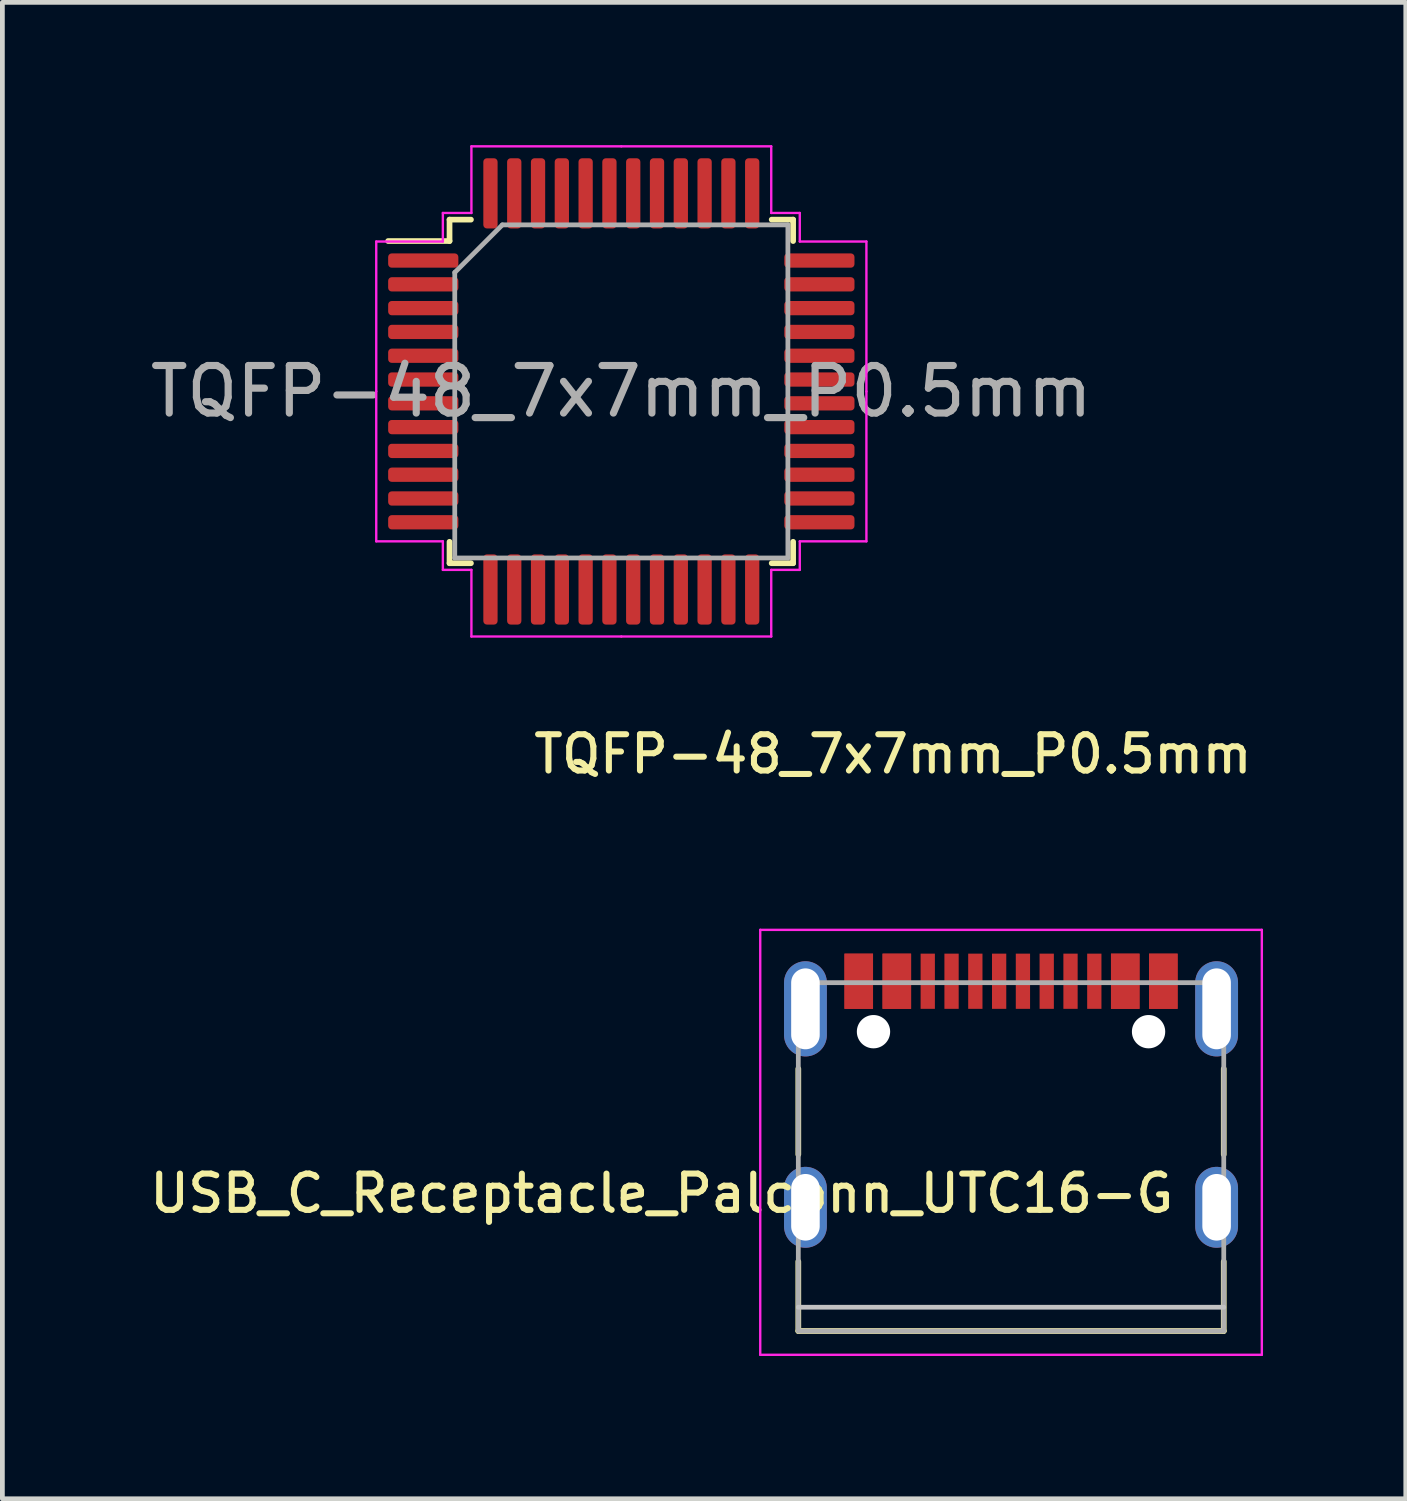
<source format=kicad_pcb>
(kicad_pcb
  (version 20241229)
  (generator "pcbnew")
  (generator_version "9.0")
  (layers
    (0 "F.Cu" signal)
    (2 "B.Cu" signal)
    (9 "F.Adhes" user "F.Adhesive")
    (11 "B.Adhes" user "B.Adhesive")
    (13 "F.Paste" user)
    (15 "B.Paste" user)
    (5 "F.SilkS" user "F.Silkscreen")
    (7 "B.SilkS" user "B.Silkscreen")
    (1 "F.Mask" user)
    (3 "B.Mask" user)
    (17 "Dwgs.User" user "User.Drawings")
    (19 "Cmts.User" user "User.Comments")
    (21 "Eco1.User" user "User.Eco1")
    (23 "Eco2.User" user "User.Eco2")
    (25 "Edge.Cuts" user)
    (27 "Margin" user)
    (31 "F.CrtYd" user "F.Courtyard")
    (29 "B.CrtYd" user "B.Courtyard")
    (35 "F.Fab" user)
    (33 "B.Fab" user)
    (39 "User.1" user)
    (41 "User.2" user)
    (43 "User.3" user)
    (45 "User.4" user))
  (footprint "USB_C_Receptacle_Palconn_UTC16-G"
    (layer "F.Cu")
    (at 18.195 20.079)
    (property "Reference" "USB_C_Receptacle_Palconn_UTC16-G" (at -7.34 1.948 0) (layer "F.SilkS") (effects (font (size 0.762 0.762) (thickness 0.127))))
    (attr smd)
    (fp_line (start -4.47 -0.67) (end -4.47 1.13) (stroke (width 0.12) (type solid)) (layer "F.SilkS"))
    (fp_line (start -4.47 4.84) (end -4.47 3.38) (stroke (width 0.12) (type solid)) (layer "F.SilkS"))
    (fp_line (start 4.47 -0.67) (end 4.47 1.13) (stroke (width 0.12) (type solid)) (layer "F.SilkS"))
    (fp_line (start 4.47 4.84) (end -4.47 4.84) (stroke (width 0.12) (type solid)) (layer "F.SilkS"))
    (fp_line (start 4.47 4.84) (end 4.47 3.38) (stroke (width 0.12) (type solid)) (layer "F.SilkS"))
    (fp_line (start -4.47 4.34) (end 4.47 4.34) (stroke (width 0.1) (type solid)) (layer "Dwgs.User"))
    (fp_line (start -5.27 -3.59) (end -5.27 5.34) (stroke (width 0.05) (type solid)) (layer "F.CrtYd"))
    (fp_line (start -5.27 5.34) (end 5.27 5.34) (stroke (width 0.05) (type solid)) (layer "F.CrtYd"))
    (fp_line (start 5.27 -3.59) (end -5.27 -3.59) (stroke (width 0.05) (type solid)) (layer "F.CrtYd"))
    (fp_line (start 5.27 5.34) (end 5.27 -3.59) (stroke (width 0.05) (type solid)) (layer "F.CrtYd"))
    (fp_line (start -4.47 -2.48) (end -4.47 4.84) (stroke (width 0.1) (type solid)) (layer "F.Fab"))
    (fp_line (start -4.47 -2.48) (end 4.47 -2.48) (stroke (width 0.1) (type solid)) (layer "F.Fab"))
    (fp_line (start 4.47 -2.48) (end 4.47 4.84) (stroke (width 0.1) (type solid)) (layer "F.Fab"))
    (fp_line (start 4.47 4.84) (end -4.47 4.84) (stroke (width 0.1) (type solid)) (layer "F.Fab"))
    (pad "" np_thru_hole circle (at -2.89 -1.45 180) (size 0.7 0.7) (drill 0.7) (layers "*.Cu" "*.Mask"))
    (pad "" np_thru_hole circle (at 2.89 -1.45 180) (size 0.7 0.7) (drill 0.7) (layers "*.Cu" "*.Mask"))
    (pad "A1" smd rect (at -3.2 -2.51) (size 0.6 1.16) (layers "F.Cu" "F.Mask" "F.Paste"))
    (pad "A4" smd rect (at -2.4 -2.51) (size 0.6 1.16) (layers "F.Cu" "F.Mask" "F.Paste"))
    (pad "A5" smd rect (at -1.25 -2.51 180) (size 0.3 1.16) (layers "F.Cu" "F.Mask" "F.Paste"))
    (pad "A6" smd rect (at -0.25 -2.51 180) (size 0.3 1.16) (layers "F.Cu" "F.Mask" "F.Paste"))
    (pad "A7" smd rect (at 0.25 -2.51 180) (size 0.3 1.16) (layers "F.Cu" "F.Mask" "F.Paste"))
    (pad "A8" smd rect (at 1.25 -2.51 180) (size 0.3 1.16) (layers "F.Cu" "F.Mask" "F.Paste"))
    (pad "A9" smd rect (at 2.4 -2.51) (size 0.6 1.16) (layers "F.Cu" "F.Mask" "F.Paste"))
    (pad "A12" smd rect (at 3.2 -2.51) (size 0.6 1.16) (layers "F.Cu" "F.Mask" "F.Paste"))
    (pad "B1" smd rect (at 3.2 -2.51) (size 0.6 1.16) (layers "F.Cu" "F.Mask" "F.Paste"))
    (pad "B4" smd rect (at 2.4 -2.51) (size 0.6 1.16) (layers "F.Cu" "F.Mask" "F.Paste"))
    (pad "B5" smd rect (at 1.75 -2.51 180) (size 0.3 1.16) (layers "F.Cu" "F.Mask" "F.Paste"))
    (pad "B6" smd rect (at 0.75 -2.51 180) (size 0.3 1.16) (layers "F.Cu" "F.Mask" "F.Paste"))
    (pad "B7" smd rect (at -0.75 -2.51 180) (size 0.3 1.16) (layers "F.Cu" "F.Mask" "F.Paste"))
    (pad "B8" smd rect (at -1.75 -2.51 180) (size 0.3 1.16) (layers "F.Cu" "F.Mask" "F.Paste"))
    (pad "B9" smd rect (at -2.4 -2.51) (size 0.6 1.16) (layers "F.Cu" "F.Mask" "F.Paste"))
    (pad "B12" smd rect (at -3.2 -2.51) (size 0.6 1.16) (layers "F.Cu" "F.Mask" "F.Paste"))
    (pad "S1" thru_hole oval (at -4.32 -1.93 90) (size 2 0.9) (drill oval 1.7 0.6) (layers "*.Cu" "*.Mask"))
    (pad "S2" thru_hole oval (at -4.32 2.24 90) (size 1.7 0.9) (drill oval 1.4 0.6) (layers "*.Cu" "*.Mask"))
    (pad "S3" thru_hole oval (at 4.32 2.24 90) (size 1.7 0.9) (drill oval 1.4 0.6) (layers "*.Cu" "*.Mask"))
    (pad "S4" thru_hole oval (at 4.32 -1.93 90) (size 2 0.9) (drill oval 1.7 0.6) (layers "*.Cu" "*.Mask")))
  (footprint "TQFP-48_7x7mm_P0.5mm"
    (layer "F.Cu")
    (at 10.006 5.175)
    (property "Reference" "TQFP-48_7x7mm_P0.5mm" (at -1.905 7.62 0) (layer "F.SilkS") (effects (font (size 0.762 0.762) (thickness 0.127)) (justify left)))
    (attr smd)
    (fp_line (start -3.61 -3.61) (end -3.61 -3.16) (stroke (width 0.12) (type solid)) (layer "F.SilkS"))
    (fp_line (start -3.61 -3.16) (end -4.9 -3.16) (stroke (width 0.12) (type solid)) (layer "F.SilkS"))
    (fp_line (start -3.61 3.61) (end -3.61 3.16) (stroke (width 0.12) (type solid)) (layer "F.SilkS"))
    (fp_line (start -3.16 -3.61) (end -3.61 -3.61) (stroke (width 0.12) (type solid)) (layer "F.SilkS"))
    (fp_line (start -3.16 3.61) (end -3.61 3.61) (stroke (width 0.12) (type solid)) (layer "F.SilkS"))
    (fp_line (start 3.16 -3.61) (end 3.61 -3.61) (stroke (width 0.12) (type solid)) (layer "F.SilkS"))
    (fp_line (start 3.16 3.61) (end 3.61 3.61) (stroke (width 0.12) (type solid)) (layer "F.SilkS"))
    (fp_line (start 3.61 -3.61) (end 3.61 -3.16) (stroke (width 0.12) (type solid)) (layer "F.SilkS"))
    (fp_line (start 3.61 3.61) (end 3.61 3.16) (stroke (width 0.12) (type solid)) (layer "F.SilkS"))
    (fp_line (start -5.15 -3.15) (end -5.15 0) (stroke (width 0.05) (type solid)) (layer "F.CrtYd"))
    (fp_line (start -5.15 3.15) (end -5.15 0) (stroke (width 0.05) (type solid)) (layer "F.CrtYd"))
    (fp_line (start -3.75 -3.75) (end -3.75 -3.15) (stroke (width 0.05) (type solid)) (layer "F.CrtYd"))
    (fp_line (start -3.75 -3.15) (end -5.15 -3.15) (stroke (width 0.05) (type solid)) (layer "F.CrtYd"))
    (fp_line (start -3.75 3.15) (end -5.15 3.15) (stroke (width 0.05) (type solid)) (layer "F.CrtYd"))
    (fp_line (start -3.75 3.75) (end -3.75 3.15) (stroke (width 0.05) (type solid)) (layer "F.CrtYd"))
    (fp_line (start -3.15 -5.15) (end -3.15 -3.75) (stroke (width 0.05) (type solid)) (layer "F.CrtYd"))
    (fp_line (start -3.15 -3.75) (end -3.75 -3.75) (stroke (width 0.05) (type solid)) (layer "F.CrtYd"))
    (fp_line (start -3.15 3.75) (end -3.75 3.75) (stroke (width 0.05) (type solid)) (layer "F.CrtYd"))
    (fp_line (start -3.15 5.15) (end -3.15 3.75) (stroke (width 0.05) (type solid)) (layer "F.CrtYd"))
    (fp_line (start 0 -5.15) (end -3.15 -5.15) (stroke (width 0.05) (type solid)) (layer "F.CrtYd"))
    (fp_line (start 0 -5.15) (end 3.15 -5.15) (stroke (width 0.05) (type solid)) (layer "F.CrtYd"))
    (fp_line (start 0 5.15) (end -3.15 5.15) (stroke (width 0.05) (type solid)) (layer "F.CrtYd"))
    (fp_line (start 0 5.15) (end 3.15 5.15) (stroke (width 0.05) (type solid)) (layer "F.CrtYd"))
    (fp_line (start 3.15 -5.15) (end 3.15 -3.75) (stroke (width 0.05) (type solid)) (layer "F.CrtYd"))
    (fp_line (start 3.15 -3.75) (end 3.75 -3.75) (stroke (width 0.05) (type solid)) (layer "F.CrtYd"))
    (fp_line (start 3.15 3.75) (end 3.75 3.75) (stroke (width 0.05) (type solid)) (layer "F.CrtYd"))
    (fp_line (start 3.15 5.15) (end 3.15 3.75) (stroke (width 0.05) (type solid)) (layer "F.CrtYd"))
    (fp_line (start 3.75 -3.75) (end 3.75 -3.15) (stroke (width 0.05) (type solid)) (layer "F.CrtYd"))
    (fp_line (start 3.75 -3.15) (end 5.15 -3.15) (stroke (width 0.05) (type solid)) (layer "F.CrtYd"))
    (fp_line (start 3.75 3.15) (end 5.15 3.15) (stroke (width 0.05) (type solid)) (layer "F.CrtYd"))
    (fp_line (start 3.75 3.75) (end 3.75 3.15) (stroke (width 0.05) (type solid)) (layer "F.CrtYd"))
    (fp_line (start 5.15 -3.15) (end 5.15 0) (stroke (width 0.05) (type solid)) (layer "F.CrtYd"))
    (fp_line (start 5.15 3.15) (end 5.15 0) (stroke (width 0.05) (type solid)) (layer "F.CrtYd"))
    (fp_line (start -3.5 -2.5) (end -2.5 -3.5) (stroke (width 0.1) (type solid)) (layer "F.Fab"))
    (fp_line (start -3.5 3.5) (end -3.5 -2.5) (stroke (width 0.1) (type solid)) (layer "F.Fab"))
    (fp_line (start -2.5 -3.5) (end 3.5 -3.5) (stroke (width 0.1) (type solid)) (layer "F.Fab"))
    (fp_line (start 3.5 -3.5) (end 3.5 3.5) (stroke (width 0.1) (type solid)) (layer "F.Fab"))
    (fp_line (start 3.5 3.5) (end -3.5 3.5) (stroke (width 0.1) (type solid)) (layer "F.Fab"))
    (fp_text user "${REFERENCE}" (at 0 0 0) (layer "F.Fab") (effects (font (size 1 1) (thickness 0.15))))
    (pad "1" smd roundrect (at -4.162 -2.75) (size 1.475 0.3) (layers "F.Cu" "F.Mask" "F.Paste") (roundrect_rratio 0.25))
    (pad "2" smd roundrect (at -4.162 -2.25) (size 1.475 0.3) (layers "F.Cu" "F.Mask" "F.Paste") (roundrect_rratio 0.25))
    (pad "3" smd roundrect (at -4.162 -1.75) (size 1.475 0.3) (layers "F.Cu" "F.Mask" "F.Paste") (roundrect_rratio 0.25))
    (pad "4" smd roundrect (at -4.162 -1.25) (size 1.475 0.3) (layers "F.Cu" "F.Mask" "F.Paste") (roundrect_rratio 0.25))
    (pad "5" smd roundrect (at -4.162 -0.75) (size 1.475 0.3) (layers "F.Cu" "F.Mask" "F.Paste") (roundrect_rratio 0.25))
    (pad "6" smd roundrect (at -4.162 -0.25) (size 1.475 0.3) (layers "F.Cu" "F.Mask" "F.Paste") (roundrect_rratio 0.25))
    (pad "7" smd roundrect (at -4.162 0.25) (size 1.475 0.3) (layers "F.Cu" "F.Mask" "F.Paste") (roundrect_rratio 0.25))
    (pad "8" smd roundrect (at -4.162 0.75) (size 1.475 0.3) (layers "F.Cu" "F.Mask" "F.Paste") (roundrect_rratio 0.25))
    (pad "9" smd roundrect (at -4.162 1.25) (size 1.475 0.3) (layers "F.Cu" "F.Mask" "F.Paste") (roundrect_rratio 0.25))
    (pad "10" smd roundrect (at -4.162 1.75) (size 1.475 0.3) (layers "F.Cu" "F.Mask" "F.Paste") (roundrect_rratio 0.25))
    (pad "11" smd roundrect (at -4.162 2.25) (size 1.475 0.3) (layers "F.Cu" "F.Mask" "F.Paste") (roundrect_rratio 0.25))
    (pad "12" smd roundrect (at -4.162 2.75) (size 1.475 0.3) (layers "F.Cu" "F.Mask" "F.Paste") (roundrect_rratio 0.25))
    (pad "13" smd roundrect (at -2.75 4.162) (size 0.3 1.475) (layers "F.Cu" "F.Mask" "F.Paste") (roundrect_rratio 0.25))
    (pad "14" smd roundrect (at -2.25 4.162) (size 0.3 1.475) (layers "F.Cu" "F.Mask" "F.Paste") (roundrect_rratio 0.25))
    (pad "15" smd roundrect (at -1.75 4.162) (size 0.3 1.475) (layers "F.Cu" "F.Mask" "F.Paste") (roundrect_rratio 0.25))
    (pad "16" smd roundrect (at -1.25 4.162) (size 0.3 1.475) (layers "F.Cu" "F.Mask" "F.Paste") (roundrect_rratio 0.25))
    (pad "17" smd roundrect (at -0.75 4.162) (size 0.3 1.475) (layers "F.Cu" "F.Mask" "F.Paste") (roundrect_rratio 0.25))
    (pad "18" smd roundrect (at -0.25 4.162) (size 0.3 1.475) (layers "F.Cu" "F.Mask" "F.Paste") (roundrect_rratio 0.25))
    (pad "19" smd roundrect (at 0.25 4.162) (size 0.3 1.475) (layers "F.Cu" "F.Mask" "F.Paste") (roundrect_rratio 0.25))
    (pad "20" smd roundrect (at 0.75 4.162) (size 0.3 1.475) (layers "F.Cu" "F.Mask" "F.Paste") (roundrect_rratio 0.25))
    (pad "21" smd roundrect (at 1.25 4.162) (size 0.3 1.475) (layers "F.Cu" "F.Mask" "F.Paste") (roundrect_rratio 0.25))
    (pad "22" smd roundrect (at 1.75 4.162) (size 0.3 1.475) (layers "F.Cu" "F.Mask" "F.Paste") (roundrect_rratio 0.25))
    (pad "23" smd roundrect (at 2.25 4.162) (size 0.3 1.475) (layers "F.Cu" "F.Mask" "F.Paste") (roundrect_rratio 0.25))
    (pad "24" smd roundrect (at 2.75 4.162) (size 0.3 1.475) (layers "F.Cu" "F.Mask" "F.Paste") (roundrect_rratio 0.25))
    (pad "25" smd roundrect (at 4.162 2.75) (size 1.475 0.3) (layers "F.Cu" "F.Mask" "F.Paste") (roundrect_rratio 0.25))
    (pad "26" smd roundrect (at 4.162 2.25) (size 1.475 0.3) (layers "F.Cu" "F.Mask" "F.Paste") (roundrect_rratio 0.25))
    (pad "27" smd roundrect (at 4.162 1.75) (size 1.475 0.3) (layers "F.Cu" "F.Mask" "F.Paste") (roundrect_rratio 0.25))
    (pad "28" smd roundrect (at 4.162 1.25) (size 1.475 0.3) (layers "F.Cu" "F.Mask" "F.Paste") (roundrect_rratio 0.25))
    (pad "29" smd roundrect (at 4.162 0.75) (size 1.475 0.3) (layers "F.Cu" "F.Mask" "F.Paste") (roundrect_rratio 0.25))
    (pad "30" smd roundrect (at 4.162 0.25) (size 1.475 0.3) (layers "F.Cu" "F.Mask" "F.Paste") (roundrect_rratio 0.25))
    (pad "31" smd roundrect (at 4.162 -0.25) (size 1.475 0.3) (layers "F.Cu" "F.Mask" "F.Paste") (roundrect_rratio 0.25))
    (pad "32" smd roundrect (at 4.162 -0.75) (size 1.475 0.3) (layers "F.Cu" "F.Mask" "F.Paste") (roundrect_rratio 0.25))
    (pad "33" smd roundrect (at 4.162 -1.25) (size 1.475 0.3) (layers "F.Cu" "F.Mask" "F.Paste") (roundrect_rratio 0.25))
    (pad "34" smd roundrect (at 4.162 -1.75) (size 1.475 0.3) (layers "F.Cu" "F.Mask" "F.Paste") (roundrect_rratio 0.25))
    (pad "35" smd roundrect (at 4.162 -2.25) (size 1.475 0.3) (layers "F.Cu" "F.Mask" "F.Paste") (roundrect_rratio 0.25))
    (pad "36" smd roundrect (at 4.162 -2.75) (size 1.475 0.3) (layers "F.Cu" "F.Mask" "F.Paste") (roundrect_rratio 0.25))
    (pad "37" smd roundrect (at 2.75 -4.162) (size 0.3 1.475) (layers "F.Cu" "F.Mask" "F.Paste") (roundrect_rratio 0.25))
    (pad "38" smd roundrect (at 2.25 -4.162) (size 0.3 1.475) (layers "F.Cu" "F.Mask" "F.Paste") (roundrect_rratio 0.25))
    (pad "39" smd roundrect (at 1.75 -4.162) (size 0.3 1.475) (layers "F.Cu" "F.Mask" "F.Paste") (roundrect_rratio 0.25))
    (pad "40" smd roundrect (at 1.25 -4.162) (size 0.3 1.475) (layers "F.Cu" "F.Mask" "F.Paste") (roundrect_rratio 0.25))
    (pad "41" smd roundrect (at 0.75 -4.162) (size 0.3 1.475) (layers "F.Cu" "F.Mask" "F.Paste") (roundrect_rratio 0.25))
    (pad "42" smd roundrect (at 0.25 -4.162) (size 0.3 1.475) (layers "F.Cu" "F.Mask" "F.Paste") (roundrect_rratio 0.25))
    (pad "43" smd roundrect (at -0.25 -4.162) (size 0.3 1.475) (layers "F.Cu" "F.Mask" "F.Paste") (roundrect_rratio 0.25))
    (pad "44" smd roundrect (at -0.75 -4.162) (size 0.3 1.475) (layers "F.Cu" "F.Mask" "F.Paste") (roundrect_rratio 0.25))
    (pad "45" smd roundrect (at -1.25 -4.162) (size 0.3 1.475) (layers "F.Cu" "F.Mask" "F.Paste") (roundrect_rratio 0.25))
    (pad "46" smd roundrect (at -1.75 -4.162) (size 0.3 1.475) (layers "F.Cu" "F.Mask" "F.Paste") (roundrect_rratio 0.25))
    (pad "47" smd roundrect (at -2.25 -4.162) (size 0.3 1.475) (layers "F.Cu" "F.Mask" "F.Paste") (roundrect_rratio 0.25))
    (pad "48" smd roundrect (at -2.75 -4.162) (size 0.3 1.475) (layers "F.Cu" "F.Mask" "F.Paste") (roundrect_rratio 0.25)))
  (gr_rect
    (start -3 -3)
    (end 26.49 28.444)
    (stroke (width 0.1) (type default))
    (fill no)
    (layer "Edge.Cuts")))
</source>
